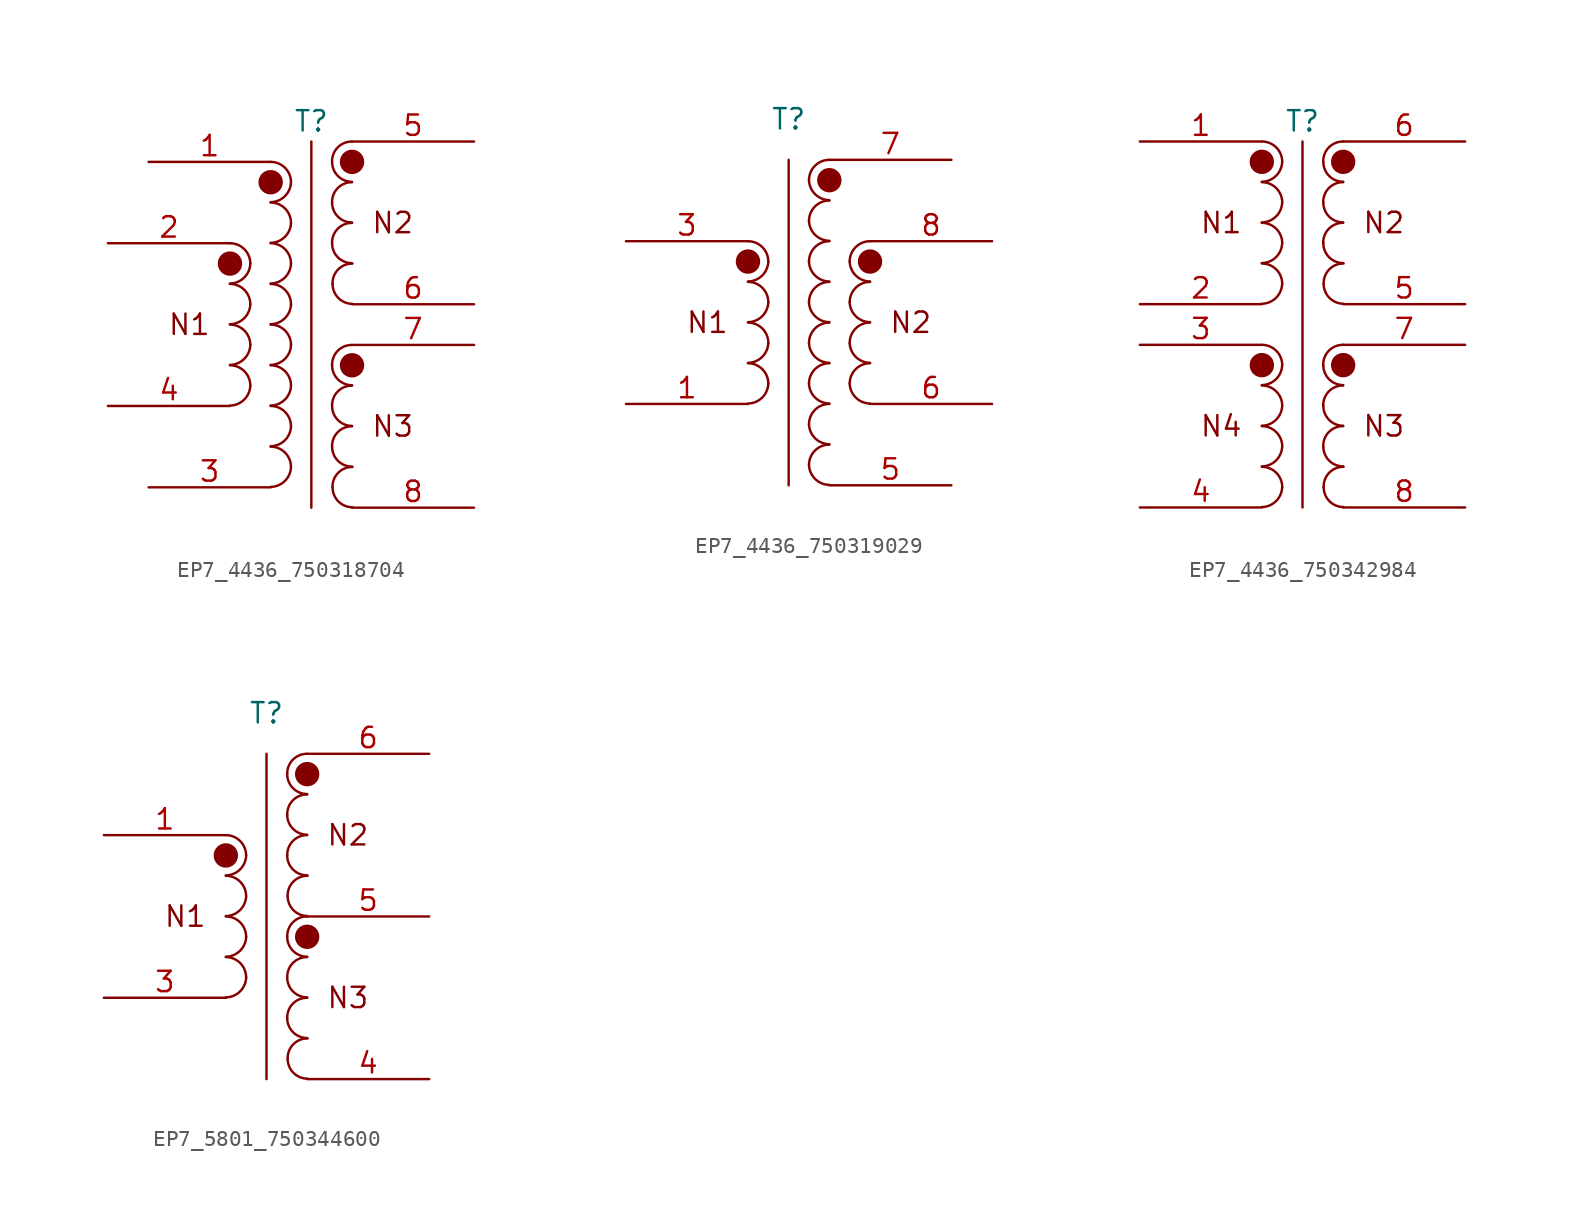
<source format=kicad_sym>
(kicad_symbol_lib
  (version 20220914)
  (generator kicad_symbol_editor)
  (symbol "EP7_4436_750318704"
    (pin_names hide)
    (property "Reference" "T"
      (at 0 12.7 0)
      (effects (font (size 1.27 1.27))))
    (symbol "EP7_4436_750318704_0_1"
      (arc (start -5.08 -5.0546) (mid -4.1961 -4.6863) (end -3.81 -3.81) (stroke (width 0) (type default)) (fill (type none)))
      (arc (start -5.08 -2.5146) (mid -4.1961 -2.1463) (end -3.81 -1.27) (stroke (width 0) (type default)) (fill (type none)))
      (arc (start -5.08 0.0254) (mid -4.1961 0.3937) (end -3.81 1.27) (stroke (width 0) (type default)) (fill (type none)))
      (arc (start -5.08 2.5654) (mid -4.1961 2.9337) (end -3.81 3.81) (stroke (width 0) (type default)) (fill (type none)))
      (arc (start -3.81 -3.81) (mid -4.182 -2.912) (end -5.08 -2.54) (stroke (width 0) (type default)) (fill (type none)))
      (arc (start -3.81 -1.27) (mid -4.182 -0.372) (end -5.08 0) (stroke (width 0) (type default)) (fill (type none)))
      (arc (start -3.81 1.27) (mid -4.182 2.168) (end -5.08 2.54) (stroke (width 0) (type default)) (fill (type none)))
      (arc (start -3.81 3.81) (mid -4.182 4.708) (end -5.08 5.08) (stroke (width 0) (type default)) (fill (type none)))
      (arc (start -2.54 -10.1346) (mid -1.6561 -9.7663) (end -1.27 -8.89) (stroke (width 0) (type default)) (fill (type none)))
      (arc (start -2.54 -7.5946) (mid -1.6561 -7.2263) (end -1.27 -6.35) (stroke (width 0) (type default)) (fill (type none)))
      (arc (start -2.54 -5.0546) (mid -1.6561 -4.6863) (end -1.27 -3.81) (stroke (width 0) (type default)) (fill (type none)))
      (arc (start -2.54 -2.5146) (mid -1.6561 -2.1463) (end -1.27 -1.27) (stroke (width 0) (type default)) (fill (type none)))
      (arc (start -2.54 0.0254) (mid -1.6561 0.3937) (end -1.27 1.27) (stroke (width 0) (type default)) (fill (type none)))
      (arc (start -2.54 2.5654) (mid -1.6561 2.9337) (end -1.27 3.81) (stroke (width 0) (type default)) (fill (type none)))
      (arc (start -2.54 5.1054) (mid -1.6561 5.4737) (end -1.27 6.35) (stroke (width 0) (type default)) (fill (type none)))
      (arc (start -2.54 7.6454) (mid -1.6561 8.0137) (end -1.27 8.89) (stroke (width 0) (type default)) (fill (type none)))
      (arc (start -1.27 -8.89) (mid -1.642 -7.992) (end -2.54 -7.62) (stroke (width 0) (type default)) (fill (type none)))
      (arc (start -1.27 -6.35) (mid -1.642 -5.452) (end -2.54 -5.08) (stroke (width 0) (type default)) (fill (type none)))
      (arc (start -1.27 -3.81) (mid -1.642 -2.912) (end -2.54 -2.54) (stroke (width 0) (type default)) (fill (type none)))
      (arc (start -1.27 -1.27) (mid -1.642 -0.372) (end -2.54 0) (stroke (width 0) (type default)) (fill (type none)))
      (arc (start -1.27 1.27) (mid -1.642 2.168) (end -2.54 2.54) (stroke (width 0) (type default)) (fill (type none)))
      (arc (start -1.27 3.81) (mid -1.642 4.708) (end -2.54 5.08) (stroke (width 0) (type default)) (fill (type none)))
      (arc (start -1.27 6.35) (mid -1.642 7.248) (end -2.54 7.62) (stroke (width 0) (type default)) (fill (type none)))
      (arc (start -1.27 8.89) (mid -1.642 9.788) (end -2.54 10.16) (stroke (width 0) (type default)) (fill (type none)))
      (polyline (pts (xy 0 11.43) (xy 0 -11.43)) (stroke (width 0) (type default)) (fill (type none)))
      (arc (start 1.2954 -7.62) (mid 1.6599 -8.5001) (end 2.54 -8.8646) (stroke (width 0) (type default)) (fill (type none)))
      (arc (start 1.2954 -5.08) (mid 1.6599 -5.9601) (end 2.54 -6.3246) (stroke (width 0) (type default)) (fill (type none)))
      (arc (start 1.2954 -2.54) (mid 1.6599 -3.4201) (end 2.54 -3.7846) (stroke (width 0) (type default)) (fill (type none)))
      (arc (start 1.2954 5.08) (mid 1.6599 4.1999) (end 2.54 3.8354) (stroke (width 0) (type default)) (fill (type none)))
      (arc (start 1.2954 7.62) (mid 1.6599 6.7399) (end 2.54 6.3754) (stroke (width 0) (type default)) (fill (type none)))
      (arc (start 1.2954 10.16) (mid 1.6599 9.2799) (end 2.54 8.9154) (stroke (width 0) (type default)) (fill (type none)))
      (arc (start 1.3208 -10.16) (mid 1.6855 -11.0399) (end 2.5654 -11.4046) (stroke (width 0) (type default)) (fill (type none)))
      (arc (start 1.3208 2.54) (mid 1.6854 1.6601) (end 2.5654 1.2954) (stroke (width 0) (type default)) (fill (type none)))
      (arc (start 2.54 -6.35) (mid 1.6458 -6.7185) (end 1.2954 -7.62) (stroke (width 0) (type default)) (fill (type none)))
      (arc (start 2.54 -3.81) (mid 1.6458 -4.1785) (end 1.2954 -5.08) (stroke (width 0) (type default)) (fill (type none)))
      (arc (start 2.54 -1.27) (mid 1.6458 -1.6385) (end 1.2954 -2.54) (stroke (width 0) (type default)) (fill (type none)))
      (arc (start 2.54 6.35) (mid 1.6458 5.9815) (end 1.2954 5.08) (stroke (width 0) (type default)) (fill (type none)))
      (arc (start 2.54 8.89) (mid 1.6458 8.5215) (end 1.2954 7.62) (stroke (width 0) (type default)) (fill (type none)))
      (arc (start 2.54 11.43) (mid 1.6458 11.0615) (end 1.2954 10.16) (stroke (width 0) (type default)) (fill (type none)))
      (arc (start 2.5654 -8.89) (mid 1.6709 -9.2583) (end 1.3208 -10.16) (stroke (width 0) (type default)) (fill (type none)))
      (arc (start 2.5654 3.81) (mid 1.6709 3.4417) (end 1.3208 2.54) (stroke (width 0) (type default)) (fill (type none))))
    (symbol "EP7_4436_750318704_1_1"
      (circle (center -5.08 3.81) (radius 0.0001) (stroke (width 0.762) (type default)) (fill (type none)))
      (circle (center -2.54 8.89) (radius 0.0001) (stroke (width 0.762) (type default)) (fill (type none)))
      (circle (center 2.54 -2.54) (radius 0.0001) (stroke (width 0.762) (type default)) (fill (type none)))
      (circle (center 2.54 10.16) (radius 0.0001) (stroke (width 0.762) (type default)) (fill (type none)))
      (text "N1" (at -7.62 0 0) (effects (font (size 1.27 1.27))))
      (text "N2" (at 5.08 6.35 0) (effects (font (size 1.27 1.27))))
      (text "N3" (at 5.08 -6.35 0) (effects (font (size 1.27 1.27))))
      (pin passive line (at -10.16 10.16 0) (length 7.62) (name "1" (effects (font (size 1.27 1.27)))) (number "1" (effects (font (size 1.27 1.27)))))
      (pin passive line (at -12.7 5.08 0) (length 7.62) (name "2" (effects (font (size 1.27 1.27)))) (number "2" (effects (font (size 1.27 1.27)))))
      (pin passive line (at -10.16 -10.16 0) (length 7.62) (name "3" (effects (font (size 1.27 1.27)))) (number "3" (effects (font (size 1.27 1.27)))))
      (pin passive line (at -12.7 -5.08 0) (length 7.62) (name "4" (effects (font (size 1.27 1.27)))) (number "4" (effects (font (size 1.27 1.27)))))
      (pin passive line (at 10.16 11.43 180) (length 7.62) (name "5" (effects (font (size 1.27 1.27)))) (number "5" (effects (font (size 1.27 1.27)))))
      (pin passive line (at 10.16 1.27 180) (length 7.62) (name "6" (effects (font (size 1.27 1.27)))) (number "6" (effects (font (size 1.27 1.27)))))
      (pin passive line (at 10.16 -1.27 180) (length 7.62) (name "7" (effects (font (size 1.27 1.27)))) (number "7" (effects (font (size 1.27 1.27)))))
      (pin passive line (at 10.16 -11.43 180) (length 7.62) (name "8" (effects (font (size 1.27 1.27)))) (number "8" (effects (font (size 1.27 1.27)))))))
  (symbol "EP7_4436_750319029"
    (pin_names hide)
    (property "Reference" "T"
      (at 0 12.7 0)
      (effects (font (size 1.27 1.27))))
    (symbol "EP7_4436_750319029_0_1"
      (arc (start -2.54 -5.0546) (mid -1.6599 -4.6901) (end -1.27 -3.81) (stroke (width 0) (type default)) (fill (type none)))
      (arc (start -2.54 -2.5146) (mid -1.6599 -2.1501) (end -1.27 -1.27) (stroke (width 0) (type default)) (fill (type none)))
      (arc (start -2.54 0.0254) (mid -1.6599 0.3899) (end -1.27 1.27) (stroke (width 0) (type default)) (fill (type none)))
      (arc (start -2.54 2.5654) (mid -1.6599 2.9299) (end -1.27 3.81) (stroke (width 0) (type default)) (fill (type none)))
      (arc (start -1.27 -3.81) (mid -1.642 -2.912) (end -2.54 -2.54) (stroke (width 0) (type default)) (fill (type none)))
      (arc (start -1.27 -1.27) (mid -1.642 -0.372) (end -2.54 0) (stroke (width 0) (type default)) (fill (type none)))
      (arc (start -1.27 1.27) (mid -1.642 2.168) (end -2.54 2.54) (stroke (width 0) (type default)) (fill (type none)))
      (arc (start -1.27 3.81) (mid -1.642 4.708) (end -2.54 5.08) (stroke (width 0) (type default)) (fill (type none)))
      (polyline (pts (xy 0 10.16) (xy 0 -10.16)) (stroke (width 0) (type default)) (fill (type none)))
      (arc (start 1.27 -8.89) (mid 1.6561 -9.7663) (end 2.54 -10.1346) (stroke (width 0) (type default)) (fill (type none)))
      (arc (start 1.27 -6.35) (mid 1.6561 -7.2263) (end 2.54 -7.5946) (stroke (width 0) (type default)) (fill (type none)))
      (arc (start 1.27 -3.81) (mid 1.6561 -4.6863) (end 2.54 -5.0546) (stroke (width 0) (type default)) (fill (type none)))
      (arc (start 1.27 -1.27) (mid 1.6561 -2.1463) (end 2.54 -2.5146) (stroke (width 0) (type default)) (fill (type none)))
      (arc (start 1.27 1.27) (mid 1.6561 0.3937) (end 2.54 0.0254) (stroke (width 0) (type default)) (fill (type none)))
      (arc (start 1.27 3.81) (mid 1.6561 2.9337) (end 2.54 2.5654) (stroke (width 0) (type default)) (fill (type none)))
      (arc (start 1.27 6.35) (mid 1.6561 5.4737) (end 2.54 5.1054) (stroke (width 0) (type default)) (fill (type none)))
      (arc (start 1.27 8.89) (mid 1.6561 8.0137) (end 2.54 7.6454) (stroke (width 0) (type default)) (fill (type none)))
      (arc (start 2.54 -7.62) (mid 1.642 -7.992) (end 1.27 -8.89) (stroke (width 0) (type default)) (fill (type none)))
      (arc (start 2.54 -5.08) (mid 1.642 -5.452) (end 1.27 -6.35) (stroke (width 0) (type default)) (fill (type none)))
      (arc (start 2.54 -2.54) (mid 1.642 -2.912) (end 1.27 -3.81) (stroke (width 0) (type default)) (fill (type none)))
      (arc (start 2.54 0) (mid 1.642 -0.372) (end 1.27 -1.27) (stroke (width 0) (type default)) (fill (type none)))
      (arc (start 2.54 2.54) (mid 1.642 2.168) (end 1.27 1.27) (stroke (width 0) (type default)) (fill (type none)))
      (arc (start 2.54 5.08) (mid 1.642 4.708) (end 1.27 3.81) (stroke (width 0) (type default)) (fill (type none)))
      (arc (start 2.54 7.62) (mid 1.642 7.248) (end 1.27 6.35) (stroke (width 0) (type default)) (fill (type none)))
      (arc (start 2.54 10.16) (mid 1.642 9.788) (end 1.27 8.89) (stroke (width 0) (type default)) (fill (type none)))
      (arc (start 3.81 -3.81) (mid 4.1961 -4.6863) (end 5.08 -5.0546) (stroke (width 0) (type default)) (fill (type none)))
      (arc (start 3.81 -1.27) (mid 4.1961 -2.1463) (end 5.08 -2.5146) (stroke (width 0) (type default)) (fill (type none)))
      (arc (start 3.81 1.27) (mid 4.1961 0.3937) (end 5.08 0.0254) (stroke (width 0) (type default)) (fill (type none)))
      (arc (start 3.81 3.81) (mid 4.1961 2.9337) (end 5.08 2.5654) (stroke (width 0) (type default)) (fill (type none)))
      (arc (start 5.08 -2.54) (mid 4.182 -2.912) (end 3.81 -3.81) (stroke (width 0) (type default)) (fill (type none)))
      (arc (start 5.08 0) (mid 4.182 -0.372) (end 3.81 -1.27) (stroke (width 0) (type default)) (fill (type none)))
      (arc (start 5.08 2.54) (mid 4.182 2.168) (end 3.81 1.27) (stroke (width 0) (type default)) (fill (type none)))
      (arc (start 5.08 5.08) (mid 4.182 4.708) (end 3.81 3.81) (stroke (width 0) (type default)) (fill (type none))))
    (symbol "EP7_4436_750319029_1_1"
      (circle (center -2.54 3.81) (radius 0.0001) (stroke (width 0.762) (type default)) (fill (type none)))
      (circle (center 2.54 8.89) (radius 0.0001) (stroke (width 0.762) (type default)) (fill (type none)))
      (circle (center 5.08 3.81) (radius 0.0001) (stroke (width 0.762) (type default)) (fill (type none)))
      (text "N1" (at -5.08 0 0) (effects (font (size 1.27 1.27))))
      (text "N2" (at 7.62 0 0) (effects (font (size 1.27 1.27))))
      (pin passive line (at -10.16 -5.08 0) (length 7.62) (name "1" (effects (font (size 1.27 1.27)))) (number "1" (effects (font (size 1.27 1.27)))))
      (pin passive line (at -10.16 -5.08 0) (length 7.62) hide (name "2" (effects (font (size 1.27 1.27)))) (number "2" (effects (font (size 1.27 1.27)))))
      (pin passive line (at -10.16 5.08 0) (length 7.62) (name "3" (effects (font (size 1.27 1.27)))) (number "3" (effects (font (size 1.27 1.27)))))
      (pin passive line (at -10.16 5.08 0) (length 7.62) hide (name "4" (effects (font (size 1.27 1.27)))) (number "4" (effects (font (size 1.27 1.27)))))
      (pin passive line (at 10.16 -10.16 180) (length 7.62) (name "5" (effects (font (size 1.27 1.27)))) (number "5" (effects (font (size 1.27 1.27)))))
      (pin passive line (at 12.7 -5.08 180) (length 7.62) (name "6" (effects (font (size 1.27 1.27)))) (number "6" (effects (font (size 1.27 1.27)))))
      (pin passive line (at 10.16 10.16 180) (length 7.62) (name "7" (effects (font (size 1.27 1.27)))) (number "7" (effects (font (size 1.27 1.27)))))
      (pin passive line (at 12.7 5.08 180) (length 7.62) (name "8" (effects (font (size 1.27 1.27)))) (number "8" (effects (font (size 1.27 1.27)))))))
  (symbol "EP7_4436_750342984"
    (pin_names hide)
    (property "Reference" "T"
      (at 0 12.7 0)
      (effects (font (size 1.27 1.27))))
    (symbol "EP7_4436_750342984_0_1"
      (arc (start -2.54 -11.4046) (mid -1.6561 -11.0363) (end -1.27 -10.16) (stroke (width 0) (type default)) (fill (type none)))
      (arc (start -2.54 -8.8646) (mid -1.6561 -8.4963) (end -1.27 -7.62) (stroke (width 0) (type default)) (fill (type none)))
      (arc (start -2.54 -6.3246) (mid -1.6561 -5.9563) (end -1.27 -5.08) (stroke (width 0) (type default)) (fill (type none)))
      (arc (start -2.54 -3.7846) (mid -1.6561 -3.4163) (end -1.27 -2.54) (stroke (width 0) (type default)) (fill (type none)))
      (arc (start -2.54 1.2954) (mid -1.6561 1.6637) (end -1.27 2.54) (stroke (width 0) (type default)) (fill (type none)))
      (arc (start -2.54 3.8354) (mid -1.6561 4.2037) (end -1.27 5.08) (stroke (width 0) (type default)) (fill (type none)))
      (arc (start -2.54 6.3754) (mid -1.6561 6.7437) (end -1.27 7.62) (stroke (width 0) (type default)) (fill (type none)))
      (arc (start -2.54 8.9154) (mid -1.6561 9.2837) (end -1.27 10.16) (stroke (width 0) (type default)) (fill (type none)))
      (arc (start -1.27 -10.16) (mid -1.642 -9.262) (end -2.54 -8.89) (stroke (width 0) (type default)) (fill (type none)))
      (arc (start -1.27 -7.62) (mid -1.642 -6.722) (end -2.54 -6.35) (stroke (width 0) (type default)) (fill (type none)))
      (arc (start -1.27 -5.08) (mid -1.642 -4.182) (end -2.54 -3.81) (stroke (width 0) (type default)) (fill (type none)))
      (arc (start -1.27 -2.54) (mid -1.642 -1.642) (end -2.54 -1.27) (stroke (width 0) (type default)) (fill (type none)))
      (arc (start -1.27 2.54) (mid -1.642 3.438) (end -2.54 3.81) (stroke (width 0) (type default)) (fill (type none)))
      (arc (start -1.27 5.08) (mid -1.642 5.978) (end -2.54 6.35) (stroke (width 0) (type default)) (fill (type none)))
      (arc (start -1.27 7.62) (mid -1.642 8.518) (end -2.54 8.89) (stroke (width 0) (type default)) (fill (type none)))
      (arc (start -1.27 10.16) (mid -1.642 11.058) (end -2.54 11.43) (stroke (width 0) (type default)) (fill (type none)))
      (polyline (pts (xy 0 11.43) (xy 0 -11.43)) (stroke (width 0) (type default)) (fill (type none)))
      (arc (start 1.2954 -7.62) (mid 1.6599 -8.5001) (end 2.54 -8.8646) (stroke (width 0) (type default)) (fill (type none)))
      (arc (start 1.2954 -5.08) (mid 1.6599 -5.9601) (end 2.54 -6.3246) (stroke (width 0) (type default)) (fill (type none)))
      (arc (start 1.2954 -2.54) (mid 1.6599 -3.4201) (end 2.54 -3.7846) (stroke (width 0) (type default)) (fill (type none)))
      (arc (start 1.2954 5.08) (mid 1.6599 4.1999) (end 2.54 3.8354) (stroke (width 0) (type default)) (fill (type none)))
      (arc (start 1.2954 7.62) (mid 1.6599 6.7399) (end 2.54 6.3754) (stroke (width 0) (type default)) (fill (type none)))
      (arc (start 1.2954 10.16) (mid 1.6599 9.2799) (end 2.54 8.9154) (stroke (width 0) (type default)) (fill (type none)))
      (arc (start 1.3208 -10.16) (mid 1.6855 -11.0399) (end 2.5654 -11.4046) (stroke (width 0) (type default)) (fill (type none)))
      (arc (start 1.3208 2.54) (mid 1.6854 1.6601) (end 2.5654 1.2954) (stroke (width 0) (type default)) (fill (type none)))
      (arc (start 2.54 -6.35) (mid 1.6458 -6.7185) (end 1.2954 -7.62) (stroke (width 0) (type default)) (fill (type none)))
      (arc (start 2.54 -3.81) (mid 1.6458 -4.1785) (end 1.2954 -5.08) (stroke (width 0) (type default)) (fill (type none)))
      (arc (start 2.54 -1.27) (mid 1.6458 -1.6385) (end 1.2954 -2.54) (stroke (width 0) (type default)) (fill (type none)))
      (arc (start 2.54 6.35) (mid 1.6458 5.9815) (end 1.2954 5.08) (stroke (width 0) (type default)) (fill (type none)))
      (arc (start 2.54 8.89) (mid 1.6458 8.5215) (end 1.2954 7.62) (stroke (width 0) (type default)) (fill (type none)))
      (arc (start 2.54 11.43) (mid 1.6458 11.0615) (end 1.2954 10.16) (stroke (width 0) (type default)) (fill (type none)))
      (arc (start 2.5654 -8.89) (mid 1.6709 -9.2583) (end 1.3208 -10.16) (stroke (width 0) (type default)) (fill (type none)))
      (arc (start 2.5654 3.81) (mid 1.6709 3.4417) (end 1.3208 2.54) (stroke (width 0) (type default)) (fill (type none))))
    (symbol "EP7_4436_750342984_1_1"
      (circle (center -2.54 -2.54) (radius 0.0001) (stroke (width 0.762) (type default)) (fill (type none)))
      (circle (center -2.54 10.16) (radius 0.0001) (stroke (width 0.762) (type default)) (fill (type none)))
      (circle (center 2.54 -2.54) (radius 0.0001) (stroke (width 0.762) (type default)) (fill (type none)))
      (circle (center 2.54 10.16) (radius 0.0001) (stroke (width 0.762) (type default)) (fill (type none)))
      (text "N1" (at -5.08 6.35 0) (effects (font (size 1.27 1.27))))
      (text "N2" (at 5.08 6.35 0) (effects (font (size 1.27 1.27))))
      (text "N3" (at 5.08 -6.35 0) (effects (font (size 1.27 1.27))))
      (text "N4" (at -5.08 -6.35 0) (effects (font (size 1.27 1.27))))
      (pin passive line (at -10.16 11.43 0) (length 7.62) (name "1" (effects (font (size 1.27 1.27)))) (number "1" (effects (font (size 1.27 1.27)))))
      (pin passive line (at -10.16 1.27 0) (length 7.62) (name "2" (effects (font (size 1.27 1.27)))) (number "2" (effects (font (size 1.27 1.27)))))
      (pin passive line (at -10.16 -1.27 0) (length 7.62) (name "3" (effects (font (size 1.27 1.27)))) (number "3" (effects (font (size 1.27 1.27)))))
      (pin passive line (at -10.16 -11.43 0) (length 7.62) (name "4" (effects (font (size 1.27 1.27)))) (number "4" (effects (font (size 1.27 1.27)))))
      (pin passive line (at 10.16 1.27 180) (length 7.62) (name "5" (effects (font (size 1.27 1.27)))) (number "5" (effects (font (size 1.27 1.27)))))
      (pin passive line (at 10.16 11.43 180) (length 7.62) (name "6" (effects (font (size 1.27 1.27)))) (number "6" (effects (font (size 1.27 1.27)))))
      (pin passive line (at 10.16 -1.27 180) (length 7.62) (name "7" (effects (font (size 1.27 1.27)))) (number "7" (effects (font (size 1.27 1.27)))))
      (pin passive line (at 10.16 -11.43 180) (length 7.62) (name "8" (effects (font (size 1.27 1.27)))) (number "8" (effects (font (size 1.27 1.27)))))))
  (symbol "EP7_5801_750344600"
    (pin_names hide)
    (property "Reference" "T"
      (at 0 12.7 0)
      (effects (font (size 1.27 1.27))))
    (symbol "EP7_5801_750344600_0_1"
      (arc (start -2.54 -5.0546) (mid -1.6599 -4.6901) (end -1.27 -3.81) (stroke (width 0) (type default)) (fill (type none)))
      (arc (start -2.54 -2.5146) (mid -1.6599 -2.1501) (end -1.27 -1.27) (stroke (width 0) (type default)) (fill (type none)))
      (arc (start -2.54 0.0254) (mid -1.6599 0.3899) (end -1.27 1.27) (stroke (width 0) (type default)) (fill (type none)))
      (arc (start -2.54 2.5654) (mid -1.6599 2.9299) (end -1.27 3.81) (stroke (width 0) (type default)) (fill (type none)))
      (arc (start -1.27 -3.81) (mid -1.642 -2.912) (end -2.54 -2.54) (stroke (width 0) (type default)) (fill (type none)))
      (arc (start -1.27 -1.27) (mid -1.642 -0.372) (end -2.54 0) (stroke (width 0) (type default)) (fill (type none)))
      (arc (start -1.27 1.27) (mid -1.642 2.168) (end -2.54 2.54) (stroke (width 0) (type default)) (fill (type none)))
      (arc (start -1.27 3.81) (mid -1.642 4.708) (end -2.54 5.08) (stroke (width 0) (type default)) (fill (type none)))
      (polyline (pts (xy 0 10.16) (xy 0 -10.16)) (stroke (width 0) (type default)) (fill (type none)))
      (arc (start 1.2954 -6.35) (mid 1.6599 -7.2301) (end 2.54 -7.5946) (stroke (width 0) (type default)) (fill (type none)))
      (arc (start 1.2954 -3.81) (mid 1.6599 -4.6901) (end 2.54 -5.0546) (stroke (width 0) (type default)) (fill (type none)))
      (arc (start 1.2954 -1.27) (mid 1.6599 -2.1501) (end 2.54 -2.5146) (stroke (width 0) (type default)) (fill (type none)))
      (arc (start 1.2954 3.81) (mid 1.6599 2.9299) (end 2.54 2.5654) (stroke (width 0) (type default)) (fill (type none)))
      (arc (start 1.2954 6.35) (mid 1.6599 5.4699) (end 2.54 5.1054) (stroke (width 0) (type default)) (fill (type none)))
      (arc (start 1.2954 8.89) (mid 1.6599 8.0099) (end 2.54 7.6454) (stroke (width 0) (type default)) (fill (type none)))
      (arc (start 1.3208 -8.89) (mid 1.6855 -9.7699) (end 2.5654 -10.1346) (stroke (width 0) (type default)) (fill (type none)))
      (arc (start 1.3208 1.27) (mid 1.6854 0.3901) (end 2.5654 0.0254) (stroke (width 0) (type default)) (fill (type none)))
      (arc (start 2.54 -5.08) (mid 1.6458 -5.4485) (end 1.2954 -6.35) (stroke (width 0) (type default)) (fill (type none)))
      (arc (start 2.54 -2.54) (mid 1.6458 -2.9085) (end 1.2954 -3.81) (stroke (width 0) (type default)) (fill (type none)))
      (arc (start 2.54 0) (mid 1.6458 -0.3685) (end 1.2954 -1.27) (stroke (width 0) (type default)) (fill (type none)))
      (arc (start 2.54 5.08) (mid 1.6458 4.7115) (end 1.2954 3.81) (stroke (width 0) (type default)) (fill (type none)))
      (arc (start 2.54 7.62) (mid 1.6458 7.2515) (end 1.2954 6.35) (stroke (width 0) (type default)) (fill (type none)))
      (arc (start 2.54 10.16) (mid 1.6458 9.7915) (end 1.2954 8.89) (stroke (width 0) (type default)) (fill (type none)))
      (arc (start 2.5654 -7.62) (mid 1.6709 -7.9883) (end 1.3208 -8.89) (stroke (width 0) (type default)) (fill (type none)))
      (arc (start 2.5654 2.54) (mid 1.6709 2.1717) (end 1.3208 1.27) (stroke (width 0) (type default)) (fill (type none))))
    (symbol "EP7_5801_750344600_1_1"
      (circle (center -2.54 3.81) (radius 0.0001) (stroke (width 0.762) (type default)) (fill (type none)))
      (circle (center 2.54 -1.27) (radius 0.0001) (stroke (width 0.762) (type default)) (fill (type none)))
      (circle (center 2.54 8.89) (radius 0.0001) (stroke (width 0.762) (type default)) (fill (type none)))
      (text "N1" (at -5.08 0 0) (effects (font (size 1.27 1.27))))
      (text "N2" (at 5.08 5.08 0) (effects (font (size 1.27 1.27))))
      (text "N3" (at 5.08 -5.08 0) (effects (font (size 1.27 1.27))))
      (pin passive line (at -10.16 5.08 0) (length 7.62) (name "1" (effects (font (size 1.27 1.27)))) (number "1" (effects (font (size 1.27 1.27)))))
      (pin passive line (at -10.16 -5.08 0) (length 7.62) (name "3" (effects (font (size 1.27 1.27)))) (number "3" (effects (font (size 1.27 1.27)))))
      (pin passive line (at 10.16 -10.16 180) (length 7.62) (name "4" (effects (font (size 1.27 1.27)))) (number "4" (effects (font (size 1.27 1.27)))))
      (pin passive line (at 10.16 0 180) (length 7.62) (name "5" (effects (font (size 1.27 1.27)))) (number "5" (effects (font (size 1.27 1.27)))))
      (pin passive line (at 10.16 10.16 180) (length 7.62) (name "6" (effects (font (size 1.27 1.27)))) (number "6" (effects (font (size 1.27 1.27))))))))
</source>
